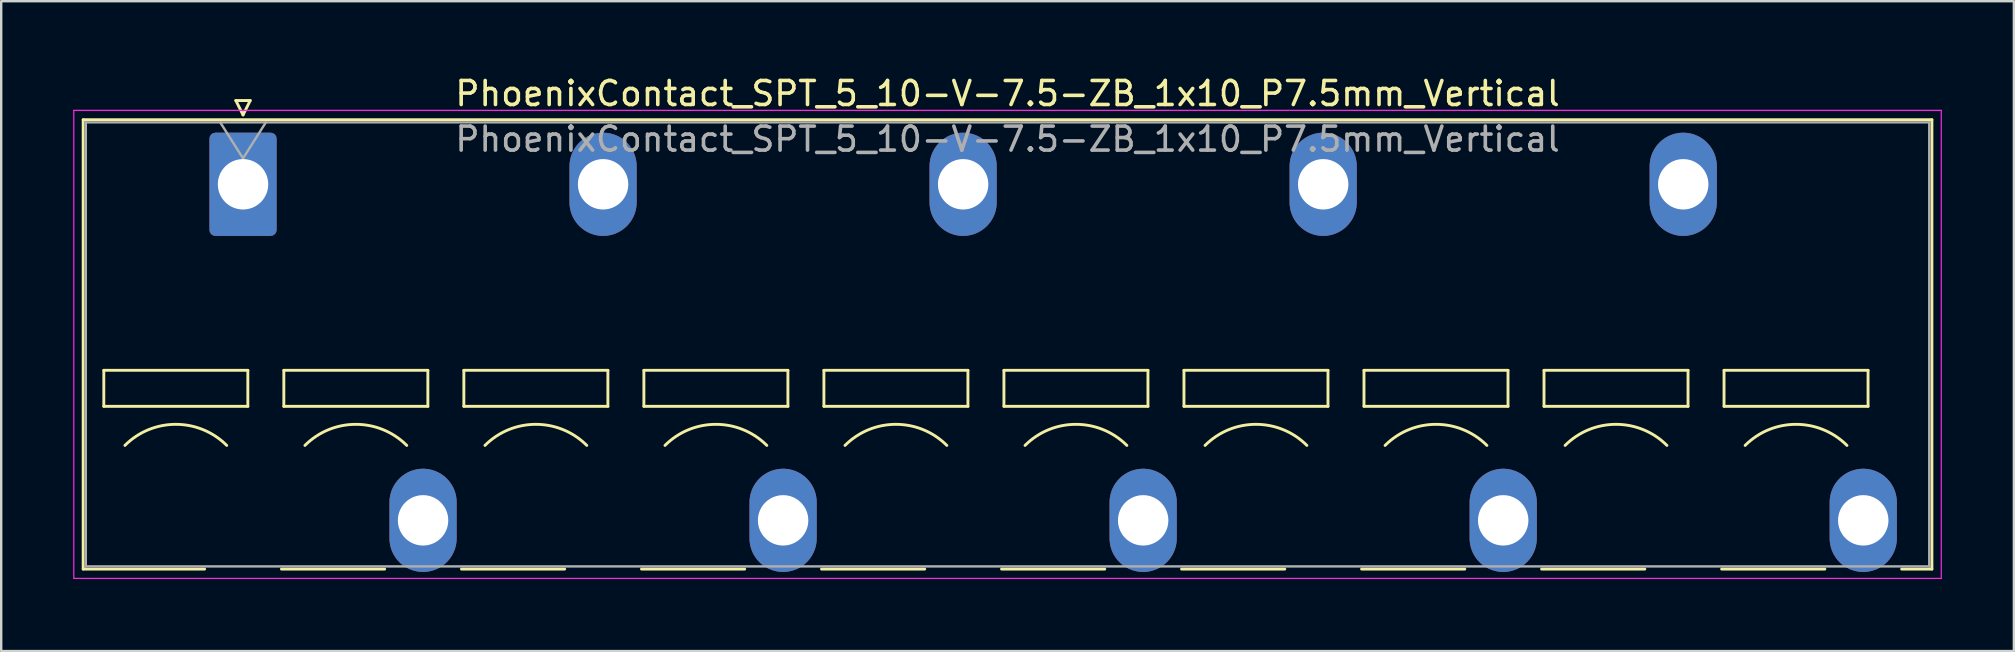
<source format=kicad_pcb>
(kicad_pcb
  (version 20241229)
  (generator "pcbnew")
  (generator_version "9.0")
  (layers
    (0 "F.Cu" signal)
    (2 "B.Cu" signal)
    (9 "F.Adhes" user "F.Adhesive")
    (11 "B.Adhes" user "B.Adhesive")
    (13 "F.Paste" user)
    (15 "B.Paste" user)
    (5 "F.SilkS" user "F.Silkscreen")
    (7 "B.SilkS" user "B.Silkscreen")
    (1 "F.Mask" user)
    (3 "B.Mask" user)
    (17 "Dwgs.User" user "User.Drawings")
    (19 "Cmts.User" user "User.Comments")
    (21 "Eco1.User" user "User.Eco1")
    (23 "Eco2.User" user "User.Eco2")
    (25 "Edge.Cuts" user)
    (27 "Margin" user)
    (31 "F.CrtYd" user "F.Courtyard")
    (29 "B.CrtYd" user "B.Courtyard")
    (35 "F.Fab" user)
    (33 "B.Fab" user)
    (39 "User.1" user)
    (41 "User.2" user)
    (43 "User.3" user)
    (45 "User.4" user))
  (footprint "PhoenixContact_SPT_5_10-V-7.5-ZB_1x10_P7.5mm_Vertical"
    (layer "F.Cu")
    (at 7.075 4.628)
    (property "Reference" "PhoenixContact_SPT_5_10-V-7.5-ZB_1x10_P7.5mm_Vertical" (at 31.85 -3.78 0) (layer "F.SilkS") (effects (font (size 1 1) (thickness 0.15))))
    (attr through_hole)
    (fp_line (start -6.66 -2.69) (end 70.36 -2.69) (stroke (width 0.12) (type solid)) (layer "F.SilkS"))
    (fp_line (start -6.66 16.03) (end -6.66 -2.69) (stroke (width 0.12) (type solid)) (layer "F.SilkS"))
    (fp_line (start -6.66 16.03) (end -1.6 16.03) (stroke (width 0.12) (type solid)) (layer "F.SilkS"))
    (fp_line (start -5.8 7.75) (end -5.8 9.25) (stroke (width 0.12) (type solid)) (layer "F.SilkS"))
    (fp_line (start -5.8 9.25) (end 0.2 9.25) (stroke (width 0.12) (type solid)) (layer "F.SilkS"))
    (fp_line (start -0.3 -3.49) (end 0 -2.89) (stroke (width 0.12) (type solid)) (layer "F.SilkS"))
    (fp_line (start -0.3 -3.49) (end 0.3 -3.49) (stroke (width 0.12) (type solid)) (layer "F.SilkS"))
    (fp_line (start 0.2 7.75) (end -5.8 7.75) (stroke (width 0.12) (type solid)) (layer "F.SilkS"))
    (fp_line (start 0.2 9.25) (end 0.2 7.75) (stroke (width 0.12) (type solid)) (layer "F.SilkS"))
    (fp_line (start 0.3 -3.49) (end 0 -2.89) (stroke (width 0.12) (type solid)) (layer "F.SilkS"))
    (fp_line (start 1.6 16.03) (end 5.9 16.03) (stroke (width 0.12) (type solid)) (layer "F.SilkS"))
    (fp_line (start 1.7 7.75) (end 1.7 9.25) (stroke (width 0.12) (type solid)) (layer "F.SilkS"))
    (fp_line (start 1.7 9.25) (end 7.7 9.25) (stroke (width 0.12) (type solid)) (layer "F.SilkS"))
    (fp_line (start 7.7 7.75) (end 1.7 7.75) (stroke (width 0.12) (type solid)) (layer "F.SilkS"))
    (fp_line (start 7.7 9.25) (end 7.7 7.75) (stroke (width 0.12) (type solid)) (layer "F.SilkS"))
    (fp_line (start 9.1 16.03) (end 13.4 16.03) (stroke (width 0.12) (type solid)) (layer "F.SilkS"))
    (fp_line (start 9.2 7.75) (end 9.2 9.25) (stroke (width 0.12) (type solid)) (layer "F.SilkS"))
    (fp_line (start 9.2 9.25) (end 15.2 9.25) (stroke (width 0.12) (type solid)) (layer "F.SilkS"))
    (fp_line (start 15.2 7.75) (end 9.2 7.75) (stroke (width 0.12) (type solid)) (layer "F.SilkS"))
    (fp_line (start 15.2 9.25) (end 15.2 7.75) (stroke (width 0.12) (type solid)) (layer "F.SilkS"))
    (fp_line (start 16.6 16.03) (end 20.9 16.03) (stroke (width 0.12) (type solid)) (layer "F.SilkS"))
    (fp_line (start 16.7 7.75) (end 16.7 9.25) (stroke (width 0.12) (type solid)) (layer "F.SilkS"))
    (fp_line (start 16.7 9.25) (end 22.7 9.25) (stroke (width 0.12) (type solid)) (layer "F.SilkS"))
    (fp_line (start 22.7 7.75) (end 16.7 7.75) (stroke (width 0.12) (type solid)) (layer "F.SilkS"))
    (fp_line (start 22.7 9.25) (end 22.7 7.75) (stroke (width 0.12) (type solid)) (layer "F.SilkS"))
    (fp_line (start 24.1 16.03) (end 28.4 16.03) (stroke (width 0.12) (type solid)) (layer "F.SilkS"))
    (fp_line (start 24.2 7.75) (end 24.2 9.25) (stroke (width 0.12) (type solid)) (layer "F.SilkS"))
    (fp_line (start 24.2 9.25) (end 30.2 9.25) (stroke (width 0.12) (type solid)) (layer "F.SilkS"))
    (fp_line (start 30.2 7.75) (end 24.2 7.75) (stroke (width 0.12) (type solid)) (layer "F.SilkS"))
    (fp_line (start 30.2 9.25) (end 30.2 7.75) (stroke (width 0.12) (type solid)) (layer "F.SilkS"))
    (fp_line (start 31.6 16.03) (end 35.9 16.03) (stroke (width 0.12) (type solid)) (layer "F.SilkS"))
    (fp_line (start 31.7 7.75) (end 31.7 9.25) (stroke (width 0.12) (type solid)) (layer "F.SilkS"))
    (fp_line (start 31.7 9.25) (end 37.7 9.25) (stroke (width 0.12) (type solid)) (layer "F.SilkS"))
    (fp_line (start 37.7 7.75) (end 31.7 7.75) (stroke (width 0.12) (type solid)) (layer "F.SilkS"))
    (fp_line (start 37.7 9.25) (end 37.7 7.75) (stroke (width 0.12) (type solid)) (layer "F.SilkS"))
    (fp_line (start 39.1 16.03) (end 43.4 16.03) (stroke (width 0.12) (type solid)) (layer "F.SilkS"))
    (fp_line (start 39.2 7.75) (end 39.2 9.25) (stroke (width 0.12) (type solid)) (layer "F.SilkS"))
    (fp_line (start 39.2 9.25) (end 45.2 9.25) (stroke (width 0.12) (type solid)) (layer "F.SilkS"))
    (fp_line (start 45.2 7.75) (end 39.2 7.75) (stroke (width 0.12) (type solid)) (layer "F.SilkS"))
    (fp_line (start 45.2 9.25) (end 45.2 7.75) (stroke (width 0.12) (type solid)) (layer "F.SilkS"))
    (fp_line (start 46.6 16.03) (end 50.9 16.03) (stroke (width 0.12) (type solid)) (layer "F.SilkS"))
    (fp_line (start 46.7 7.75) (end 46.7 9.25) (stroke (width 0.12) (type solid)) (layer "F.SilkS"))
    (fp_line (start 46.7 9.25) (end 52.7 9.25) (stroke (width 0.12) (type solid)) (layer "F.SilkS"))
    (fp_line (start 52.7 7.75) (end 46.7 7.75) (stroke (width 0.12) (type solid)) (layer "F.SilkS"))
    (fp_line (start 52.7 9.25) (end 52.7 7.75) (stroke (width 0.12) (type solid)) (layer "F.SilkS"))
    (fp_line (start 54.1 16.03) (end 58.4 16.03) (stroke (width 0.12) (type solid)) (layer "F.SilkS"))
    (fp_line (start 54.2 7.75) (end 54.2 9.25) (stroke (width 0.12) (type solid)) (layer "F.SilkS"))
    (fp_line (start 54.2 9.25) (end 60.2 9.25) (stroke (width 0.12) (type solid)) (layer "F.SilkS"))
    (fp_line (start 60.2 7.75) (end 54.2 7.75) (stroke (width 0.12) (type solid)) (layer "F.SilkS"))
    (fp_line (start 60.2 9.25) (end 60.2 7.75) (stroke (width 0.12) (type solid)) (layer "F.SilkS"))
    (fp_line (start 61.6 16.03) (end 65.9 16.03) (stroke (width 0.12) (type solid)) (layer "F.SilkS"))
    (fp_line (start 61.7 7.75) (end 61.7 9.25) (stroke (width 0.12) (type solid)) (layer "F.SilkS"))
    (fp_line (start 61.7 9.25) (end 67.7 9.25) (stroke (width 0.12) (type solid)) (layer "F.SilkS"))
    (fp_line (start 67.7 7.75) (end 61.7 7.75) (stroke (width 0.12) (type solid)) (layer "F.SilkS"))
    (fp_line (start 67.7 9.25) (end 67.7 7.75) (stroke (width 0.12) (type solid)) (layer "F.SilkS"))
    (fp_line (start 69.1 16.03) (end 70.36 16.03) (stroke (width 0.12) (type solid)) (layer "F.SilkS"))
    (fp_line (start 70.36 -2.69) (end 70.36 16.03) (stroke (width 0.12) (type solid)) (layer "F.SilkS"))
    (fp_arc (start -4.92132 10.87868) (mid -2.8 10) (end -0.67868 10.87868) (stroke (width 0.12) (type solid)) (layer "F.SilkS"))
    (fp_arc (start 2.57868 10.87868) (mid 4.7 10) (end 6.82132 10.87868) (stroke (width 0.12) (type solid)) (layer "F.SilkS"))
    (fp_arc (start 10.07868 10.87868) (mid 12.2 10) (end 14.32132 10.87868) (stroke (width 0.12) (type solid)) (layer "F.SilkS"))
    (fp_arc (start 17.57868 10.87868) (mid 19.7 10) (end 21.82132 10.87868) (stroke (width 0.12) (type solid)) (layer "F.SilkS"))
    (fp_arc (start 25.07868 10.87868) (mid 27.2 10) (end 29.32132 10.87868) (stroke (width 0.12) (type solid)) (layer "F.SilkS"))
    (fp_arc (start 32.57868 10.87868) (mid 34.7 10) (end 36.82132 10.87868) (stroke (width 0.12) (type solid)) (layer "F.SilkS"))
    (fp_arc (start 40.07868 10.87868) (mid 42.2 10) (end 44.32132 10.87868) (stroke (width 0.12) (type solid)) (layer "F.SilkS"))
    (fp_arc (start 47.57868 10.87868) (mid 49.7 10) (end 51.82132 10.87868) (stroke (width 0.12) (type solid)) (layer "F.SilkS"))
    (fp_arc (start 55.07868 10.87868) (mid 57.2 10) (end 59.32132 10.87868) (stroke (width 0.12) (type solid)) (layer "F.SilkS"))
    (fp_arc (start 62.57868 10.87868) (mid 64.7 10) (end 66.82132 10.87868) (stroke (width 0.12) (type solid)) (layer "F.SilkS"))
    (fp_line (start -7.05 -3.08) (end -7.05 16.42) (stroke (width 0.05) (type solid)) (layer "F.CrtYd"))
    (fp_line (start -7.05 16.42) (end 70.75 16.42) (stroke (width 0.05) (type solid)) (layer "F.CrtYd"))
    (fp_line (start 70.75 -3.08) (end -7.05 -3.08) (stroke (width 0.05) (type solid)) (layer "F.CrtYd"))
    (fp_line (start 70.75 16.42) (end 70.75 -3.08) (stroke (width 0.05) (type solid)) (layer "F.CrtYd"))
    (fp_line (start -6.55 -2.58) (end -6.55 15.92) (stroke (width 0.1) (type solid)) (layer "F.Fab"))
    (fp_line (start -6.55 15.92) (end 70.25 15.92) (stroke (width 0.1) (type solid)) (layer "F.Fab"))
    (fp_line (start -0.95 -2.58) (end 0 -1.08) (stroke (width 0.1) (type solid)) (layer "F.Fab"))
    (fp_line (start 0.95 -2.58) (end 0 -1.08) (stroke (width 0.1) (type solid)) (layer "F.Fab"))
    (fp_line (start 70.25 -2.58) (end -6.55 -2.58) (stroke (width 0.1) (type solid)) (layer "F.Fab"))
    (fp_line (start 70.25 15.92) (end 70.25 -2.58) (stroke (width 0.1) (type solid)) (layer "F.Fab"))
    (fp_text user "${REFERENCE}" (at 31.85 -1.88 0) (layer "F.Fab") (effects (font (size 1 1) (thickness 0.15))))
    (pad "1" thru_hole roundrect (at 0 0) (size 2.8 4.3) (drill 2.1) (layers "*.Cu" "*.Mask") (roundrect_rratio 0.089))
    (pad "2" thru_hole oval (at 7.5 14) (size 2.8 4.3) (drill 2.1) (layers "*.Cu" "*.Mask"))
    (pad "3" thru_hole oval (at 15 0) (size 2.8 4.3) (drill 2.1) (layers "*.Cu" "*.Mask"))
    (pad "4" thru_hole oval (at 22.5 14) (size 2.8 4.3) (drill 2.1) (layers "*.Cu" "*.Mask"))
    (pad "5" thru_hole oval (at 30 0) (size 2.8 4.3) (drill 2.1) (layers "*.Cu" "*.Mask"))
    (pad "6" thru_hole oval (at 37.5 14) (size 2.8 4.3) (drill 2.1) (layers "*.Cu" "*.Mask"))
    (pad "7" thru_hole oval (at 45 0) (size 2.8 4.3) (drill 2.1) (layers "*.Cu" "*.Mask"))
    (pad "8" thru_hole oval (at 52.5 14) (size 2.8 4.3) (drill 2.1) (layers "*.Cu" "*.Mask"))
    (pad "9" thru_hole oval (at 60 0) (size 2.8 4.3) (drill 2.1) (layers "*.Cu" "*.Mask"))
    (pad "10" thru_hole oval (at 67.5 14) (size 2.8 4.3) (drill 2.1) (layers "*.Cu" "*.Mask")))
  (gr_rect
    (start -3 -3)
    (end 80.85 24.073)
    (stroke (width 0.1) (type default))
    (fill no)
    (layer "Edge.Cuts")))
</source>
